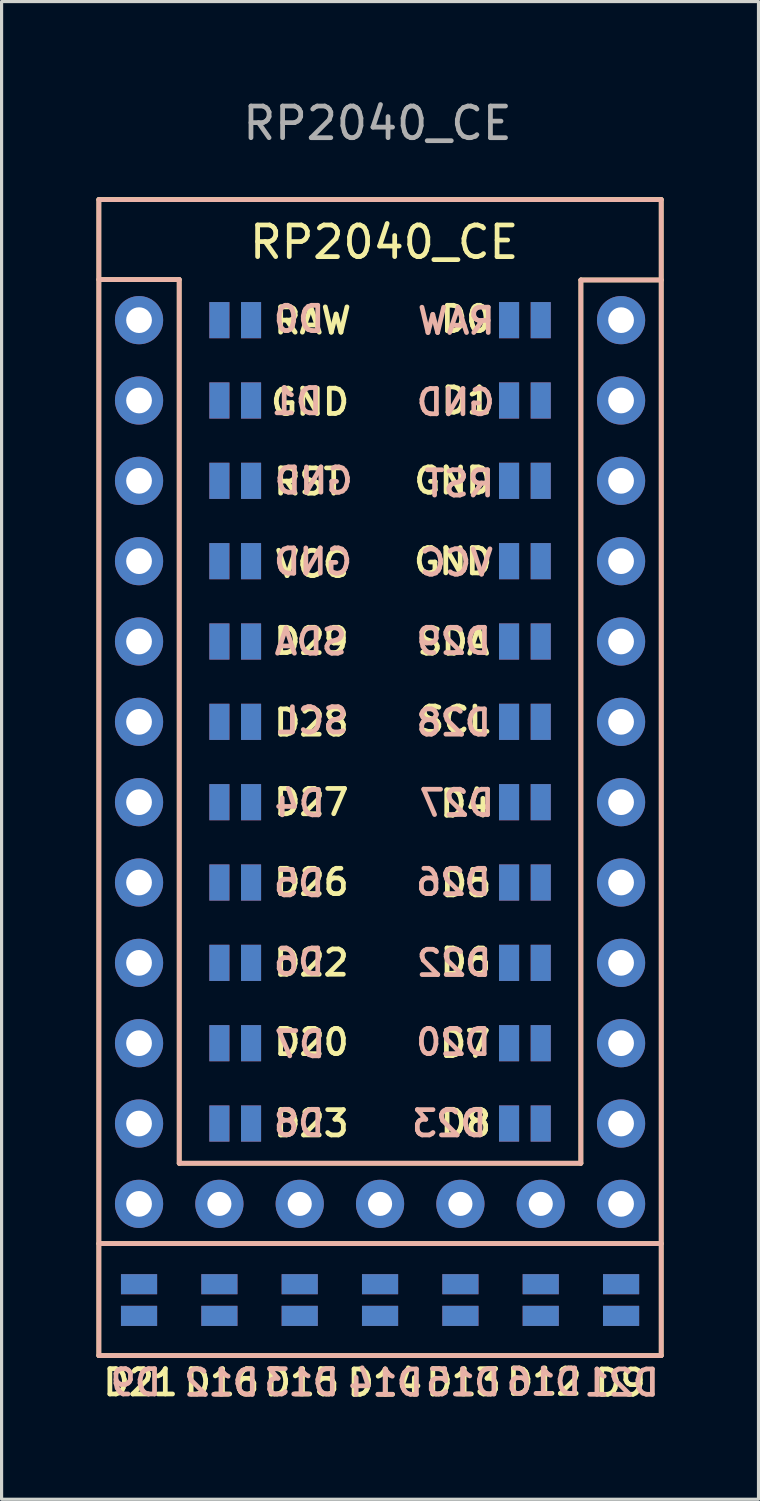
<source format=kicad_pcb>
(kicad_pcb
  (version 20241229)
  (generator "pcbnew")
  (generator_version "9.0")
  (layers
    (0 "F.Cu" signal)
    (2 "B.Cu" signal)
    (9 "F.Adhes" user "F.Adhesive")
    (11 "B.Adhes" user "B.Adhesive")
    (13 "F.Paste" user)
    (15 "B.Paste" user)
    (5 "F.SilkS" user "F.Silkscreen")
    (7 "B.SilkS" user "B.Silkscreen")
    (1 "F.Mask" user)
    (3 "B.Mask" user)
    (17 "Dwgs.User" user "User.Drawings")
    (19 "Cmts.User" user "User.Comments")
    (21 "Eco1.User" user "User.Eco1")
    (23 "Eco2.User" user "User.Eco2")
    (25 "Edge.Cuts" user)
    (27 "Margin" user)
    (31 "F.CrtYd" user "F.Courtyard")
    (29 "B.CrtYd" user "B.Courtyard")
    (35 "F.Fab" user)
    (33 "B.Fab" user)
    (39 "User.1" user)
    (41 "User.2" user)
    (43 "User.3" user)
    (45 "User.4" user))
  (footprint "RP2040_CE"
    (layer "F.Cu")
    (at 8.985 20.738)
    (property "Reference" "RP2040_CE" (at 0.11 -16.13 0) (unlocked yes) (layer "F.SilkS") (effects (font (size 1 1) (thickness 0.15))))
    (attr through_hole)
    (fp_line (start -8.91 -17.48) (end -8.91 19.07) (stroke (width 0.15) (type solid)) (layer "F.SilkS"))
    (fp_line (start -8.91 15.53) (end 8.87 15.53) (stroke (width 0.15) (type solid)) (layer "F.SilkS"))
    (fp_line (start -8.91 19.07) (end 8.87 19.07) (stroke (width 0.15) (type default)) (layer "F.SilkS"))
    (fp_line (start -6.37 -14.95) (end -8.91 -14.95) (stroke (width 0.15) (type solid)) (layer "F.SilkS"))
    (fp_line (start -6.37 -14.95) (end -6.369 12.99) (stroke (width 0.15) (type solid)) (layer "F.SilkS"))
    (fp_line (start 6.33 12.99) (end -6.369 12.99) (stroke (width 0.15) (type default)) (layer "F.SilkS"))
    (fp_line (start 6.331 -14.936) (end 6.33 12.99) (stroke (width 0.15) (type solid)) (layer "F.SilkS"))
    (fp_line (start 8.87 19.07) (end 8.87 -17.48) (stroke (width 0.15) (type solid)) (layer "F.SilkS"))
    (fp_line (start 8.87 -17.48) (end -8.91 -17.48) (stroke (width 0.15) (type solid)) (layer "F.SilkS"))
    (fp_line (start 8.871 -14.936) (end 6.331 -14.936) (stroke (width 0.15) (type solid)) (layer "F.SilkS"))
    (fp_line (start -8.91 -14.95) (end -6.37 -14.95) (stroke (width 0.15) (type solid)) (layer "B.SilkS"))
    (fp_line (start -8.909 -17.476) (end 8.87 -17.476) (stroke (width 0.15) (type solid)) (layer "B.SilkS"))
    (fp_line (start -8.909 19.07) (end -8.909 -17.476) (stroke (width 0.15) (type solid)) (layer "B.SilkS"))
    (fp_line (start -6.369 -14.95) (end -6.369 12.99) (stroke (width 0.15) (type solid)) (layer "B.SilkS"))
    (fp_line (start 6.33 12.99) (end -6.369 12.99) (stroke (width 0.15) (type default)) (layer "B.SilkS"))
    (fp_line (start 6.33 12.99) (end 6.33 -14.936) (stroke (width 0.15) (type solid)) (layer "B.SilkS"))
    (fp_line (start 6.331 -14.936) (end 8.871 -14.936) (stroke (width 0.15) (type solid)) (layer "B.SilkS"))
    (fp_line (start 8.87 15.53) (end -8.909 15.53) (stroke (width 0.15) (type default)) (layer "B.SilkS"))
    (fp_line (start 8.87 19.07) (end -8.909 19.07) (stroke (width 0.15) (type default)) (layer "B.SilkS"))
    (fp_line (start 8.87 -17.476) (end 8.87 19.07) (stroke (width 0.15) (type solid)) (layer "B.SilkS"))
    (fp_text user "D16" (at -6.28 20.39 0) (unlocked yes) (layer "F.SilkS") (effects (font (size 0.8 0.8) (thickness 0.15) (bold yes)) (justify left bottom)))
    (fp_text user "D7" (at 1.79 9.69 0) (unlocked yes) (layer "F.SilkS") (effects (font (size 0.8 0.8) (thickness 0.15) (bold yes)) (justify left bottom)))
    (fp_text user "D26" (at -3.45 4.57 0) (unlocked yes) (layer "F.SilkS") (effects (font (size 0.8 0.8) (thickness 0.15) (bold yes)) (justify left bottom)))
    (fp_text user "D14" (at -1.13 20.4 0) (unlocked yes) (layer "F.SilkS") (effects (font (size 0.8 0.8) (thickness 0.15) (bold yes)) (justify left bottom)))
    (fp_text user "D8" (at 1.81 12.19 0) (unlocked yes) (layer "F.SilkS") (effects (font (size 0.8 0.8) (thickness 0.15) (bold yes)) (justify left bottom)))
    (fp_text user "D29" (at -3.45 -3.05 0) (unlocked yes) (layer "F.SilkS") (effects (font (size 0.8 0.8) (thickness 0.15) (bold yes)) (justify left bottom)))
    (fp_text user "D4" (at 1.8 2.09 0) (unlocked yes) (layer "F.SilkS") (effects (font (size 0.8 0.8) (thickness 0.15) (bold yes)) (justify left bottom)))
    (fp_text user "D20" (at -3.45 9.63 0) (unlocked yes) (layer "F.SilkS") (effects (font (size 0.8 0.8) (thickness 0.15) (bold yes)) (justify left bottom)))
    (fp_text user "GND" (at 0.98 -8.12 0) (unlocked yes) (layer "F.SilkS") (effects (font (size 0.8 0.8) (thickness 0.15) (bold yes)) (justify left bottom)))
    (fp_text user "D15" (at -3.75 20.39 0) (unlocked yes) (layer "F.SilkS") (effects (font (size 0.8 0.8) (thickness 0.15) (bold yes)) (justify left bottom)))
    (fp_text user "GND" (at -3.55 -10.61 0) (unlocked yes) (layer "F.SilkS") (effects (font (size 0.8 0.8) (thickness 0.15) (bold yes)) (justify left bottom)))
    (fp_text user "D9" (at 6.7 20.4 0) (unlocked yes) (layer "F.SilkS") (effects (font (size 0.8 0.8) (thickness 0.15) (bold yes)) (justify left bottom)))
    (fp_text user "D1" (at 1.84 -10.65 0) (unlocked yes) (layer "F.SilkS") (effects (font (size 0.8 0.8) (thickness 0.15) (bold yes)) (justify left bottom)))
    (fp_text user "D5" (at 1.82 4.61 0) (unlocked yes) (layer "F.SilkS") (effects (font (size 0.8 0.8) (thickness 0.15) (bold yes)) (justify left bottom)))
    (fp_text user "D27" (at -3.45 2.045 0) (unlocked yes) (layer "F.SilkS") (effects (font (size 0.8 0.8) (thickness 0.15) (bold yes)) (justify left bottom)))
    (fp_text user "SCL" (at 1.13 -0.56 0) (unlocked yes) (layer "F.SilkS") (effects (font (size 0.8 0.8) (thickness 0.15) (bold yes)) (justify left bottom)))
    (fp_text user "GND" (at 0.97 -5.57 0) (unlocked yes) (layer "F.SilkS") (effects (font (size 0.8 0.8) (thickness 0.15) (bold yes)) (justify left bottom)))
    (fp_text user "D0" (at 1.82 -13.23 0) (unlocked yes) (layer "F.SilkS") (effects (font (size 0.8 0.8) (thickness 0.15) (bold yes)) (justify left bottom)))
    (fp_text user "RST" (at -3.45 -8.09 0) (unlocked yes) (layer "F.SilkS") (effects (font (size 0.8 0.8) (thickness 0.15) (bold yes)) (justify left bottom)))
    (fp_text user "SDA" (at 1.08 -3.03 0) (unlocked yes) (layer "F.SilkS") (effects (font (size 0.8 0.8) (thickness 0.15) (bold yes)) (justify left bottom)))
    (fp_text user "D21" (at -8.85 20.39 0) (unlocked yes) (layer "F.SilkS") (effects (font (size 0.8 0.8) (thickness 0.15) (bold yes)) (justify left bottom)))
    (fp_text user "D28" (at -3.45 -0.47 0) (unlocked yes) (layer "F.SilkS") (effects (font (size 0.8 0.8) (thickness 0.15) (bold yes)) (justify left bottom)))
    (fp_text user "D23" (at -3.45 12.2 0) (unlocked yes) (layer "F.SilkS") (effects (font (size 0.8 0.8) (thickness 0.15) (bold yes)) (justify left bottom)))
    (fp_text user "D6" (at 1.81 7.09 0) (unlocked yes) (layer "F.SilkS") (effects (font (size 0.8 0.8) (thickness 0.15) (bold yes)) (justify left bottom)))
    (fp_text user "VCC" (at -3.4 -5.485 0) (unlocked yes) (layer "F.SilkS") (effects (font (size 0.8 0.8) (thickness 0.15) (bold yes)) (justify left bottom)))
    (fp_text user "D12" (at 3.91 20.37 0) (unlocked yes) (layer "F.SilkS") (effects (font (size 0.8 0.8) (thickness 0.15) (bold yes)) (justify left bottom)))
    (fp_text user "D22" (at -3.45 7.12 0) (unlocked yes) (layer "F.SilkS") (effects (font (size 0.8 0.8) (thickness 0.15) (bold yes)) (justify left bottom)))
    (fp_text user "RAW" (at -3.45 -13.18 0) (unlocked yes) (layer "F.SilkS") (effects (font (size 0.8 0.8) (thickness 0.15) (bold yes)) (justify left bottom)))
    (fp_text user "D13" (at 1.36 20.39 0) (unlocked yes) (layer "F.SilkS") (effects (font (size 0.8 0.8) (thickness 0.15) (bold yes)) (justify left bottom)))
    (fp_text user "D7" (at -1.67 9.7 0) (unlocked yes) (layer "B.SilkS") (effects (font (size 0.8 0.8) (thickness 0.15) (bold yes)) (justify left bottom mirror)))
    (fp_text user "D1" (at -1.77 -10.63 0) (unlocked yes) (layer "B.SilkS") (effects (font (size 0.8 0.8) (thickness 0.15) (bold yes)) (justify left bottom mirror)))
    (fp_text user "D27" (at 3.67 2.07 0) (unlocked yes) (layer "B.SilkS") (effects (font (size 0.8 0.8) (thickness 0.15) (bold yes)) (justify left bottom mirror)))
    (fp_text user "GND" (at -0.82 -5.56 0) (unlocked yes) (layer "B.SilkS") (effects (font (size 0.8 0.8) (thickness 0.15) (bold yes)) (justify left bottom mirror)))
    (fp_text user "VCC" (at 3.63 -5.53 0) (unlocked yes) (layer "B.SilkS") (effects (font (size 0.8 0.8) (thickness 0.15) (bold yes)) (justify left bottom mirror)))
    (fp_text user "D16" (at 6.42 20.37 180) (layer "B.SilkS") (effects (font (size 0.8 0.8) (thickness 0.15) (bold yes)) (justify left bottom mirror)))
    (fp_text user "D5" (at -1.7 4.61 0) (unlocked yes) (layer "B.SilkS") (effects (font (size 0.8 0.8) (thickness 0.15) (bold yes)) (justify left bottom mirror)))
    (fp_text user "D13" (at -1.24 20.39 180) (layer "B.SilkS") (effects (font (size 0.8 0.8) (thickness 0.15) (bold yes)) (justify left bottom mirror)))
    (fp_text user "GND" (at 3.69 -10.6 0) (unlocked yes) (layer "B.SilkS") (effects (font (size 0.8 0.8) (thickness 0.15) (bold yes)) (justify left bottom mirror)))
    (fp_text user "D21" (at 8.88 20.4 180) (layer "B.SilkS") (effects (font (size 0.8 0.8) (thickness 0.15) (bold yes)) (justify left bottom mirror)))
    (fp_text user "GND" (at -0.8 -8.12 0) (unlocked yes) (layer "B.SilkS") (effects (font (size 0.8 0.8) (thickness 0.15) (bold yes)) (justify left bottom mirror)))
    (fp_text user "D26" (at 3.56 4.57 0) (unlocked yes) (layer "B.SilkS") (effects (font (size 0.8 0.8) (thickness 0.15) (bold yes)) (justify left bottom mirror)))
    (fp_text user "D20" (at 3.56 9.63 0) (unlocked yes) (layer "B.SilkS") (effects (font (size 0.8 0.8) (thickness 0.15) (bold yes)) (justify left bottom mirror)))
    (fp_text user "RAW" (at 3.69 -13.17 0) (unlocked yes) (layer "B.SilkS") (effects (font (size 0.8 0.8) (thickness 0.15) (bold yes)) (justify left bottom mirror)))
    (fp_text user "D29" (at 3.57 -3.05 0) (unlocked yes) (layer "B.SilkS") (effects (font (size 0.8 0.8) (thickness 0.15) (bold yes)) (justify left bottom mirror)))
    (fp_text user "SCL" (at -0.94 -0.54 0) (unlocked yes) (layer "B.SilkS") (effects (font (size 0.8 0.8) (thickness 0.15) (bold yes)) (justify left bottom mirror)))
    (fp_text user "D4" (at -1.68 2.08 0) (unlocked yes) (layer "B.SilkS") (effects (font (size 0.8 0.8) (thickness 0.15) (bold yes)) (justify left bottom mirror)))
    (fp_text user "D0" (at -1.7 -13.23 0) (unlocked yes) (layer "B.SilkS") (effects (font (size 0.8 0.8) (thickness 0.15) (bold yes)) (justify left bottom mirror)))
    (fp_text user "RST" (at 3.67 -8.03 0) (unlocked yes) (layer "B.SilkS") (effects (font (size 0.8 0.8) (thickness 0.15) (bold yes)) (justify left bottom mirror)))
    (fp_text user "D14" (at 1.42 20.4 180) (layer "B.SilkS") (effects (font (size 0.8 0.8) (thickness 0.15) (bold yes)) (justify left bottom mirror)))
    (fp_text user "D9" (at -6.86 20.39 180) (layer "B.SilkS") (effects (font (size 0.8 0.8) (thickness 0.15) (bold yes)) (justify left bottom mirror)))
    (fp_text user "D12" (at -3.77 20.4 180) (layer "B.SilkS") (effects (font (size 0.8 0.8) (thickness 0.15) (bold yes)) (justify left bottom mirror)))
    (fp_text user "D22" (at 3.58 7.13 0) (unlocked yes) (layer "B.SilkS") (effects (font (size 0.8 0.8) (thickness 0.15) (bold yes)) (justify left bottom mirror)))
    (fp_text user "D8" (at -1.7 12.19 0) (unlocked yes) (layer "B.SilkS") (effects (font (size 0.8 0.8) (thickness 0.15) (bold yes)) (justify left bottom mirror)))
    (fp_text user "D6" (at -1.7 7.09 0) (unlocked yes) (layer "B.SilkS") (effects (font (size 0.8 0.8) (thickness 0.15) (bold yes)) (justify left bottom mirror)))
    (fp_text user "SDA" (at -0.99 -3.03 0) (unlocked yes) (layer "B.SilkS") (effects (font (size 0.8 0.8) (thickness 0.15) (bold yes)) (justify left bottom mirror)))
    (fp_text user "D23" (at 3.43 12.2 0) (unlocked yes) (layer "B.SilkS") (effects (font (size 0.8 0.8) (thickness 0.15) (bold yes)) (justify left bottom mirror)))
    (fp_text user "D15" (at 3.87 20.39 180) (layer "B.SilkS") (effects (font (size 0.8 0.8) (thickness 0.15) (bold yes)) (justify left bottom mirror)))
    (fp_text user "D28" (at 3.57 -0.47 0) (unlocked yes) (layer "B.SilkS") (effects (font (size 0.8 0.8) (thickness 0.15) (bold yes)) (justify left bottom mirror)))
    (fp_text user "${REFERENCE}" (at -0.1 -19.89 0) (unlocked yes) (layer "F.Fab") (effects (font (size 1 1) (thickness 0.15))))
    (pad " 31" smd rect (at 5.061 -11.126 180) (size 0.635 1.143) (layers "F.Cu" "F.Mask" "F.Paste"))
    (pad "1" smd rect (at -4.098 -13.666) (size 0.635 1.143) (layers "B.Cu" "B.Mask" "B.Paste"))
    (pad "1" smd rect (at 4.06 -13.665) (size 0.635 1.143) (layers "F.Cu" "F.Mask" "F.Paste"))
    (pad "2" smd rect (at -4.098 -11.126) (size 0.635 1.143) (layers "B.Cu" "B.Mask" "B.Paste"))
    (pad "2" smd rect (at 4.06 -11.126 180) (size 0.635 1.143) (layers "F.Cu" "F.Mask" "F.Paste"))
    (pad "3" smd rect (at -4.098 -8.586) (size 0.635 1.143) (layers "B.Cu" "B.Mask" "B.Paste"))
    (pad "3" smd rect (at 4.06 -8.586 180) (size 0.635 1.143) (layers "F.Cu" "F.Mask" "F.Paste"))
    (pad "4" smd rect (at -4.099 -6.046) (size 0.635 1.143) (layers "B.Cu" "B.Mask" "B.Paste"))
    (pad "4" smd rect (at 4.06 -6.046 180) (size 0.635 1.143) (layers "F.Cu" "F.Mask" "F.Paste"))
    (pad "5" smd rect (at -4.098 -3.506) (size 0.635 1.143) (layers "B.Cu" "B.Mask" "B.Paste"))
    (pad "5" smd rect (at 4.06 -3.505) (size 0.635 1.143) (layers "F.Cu" "F.Mask" "F.Paste"))
    (pad "6" smd rect (at -4.098 -0.966) (size 0.635 1.143) (layers "B.Cu" "B.Mask" "B.Paste"))
    (pad "6" smd rect (at 4.06 -0.966 180) (size 0.635 1.143) (layers "F.Cu" "F.Mask" "F.Paste"))
    (pad "7" smd rect (at -4.098 1.574) (size 0.635 1.143) (layers "B.Cu" "B.Mask" "B.Paste"))
    (pad "7" smd rect (at 4.06 1.575) (size 0.635 1.143) (layers "F.Cu" "F.Mask" "F.Paste"))
    (pad "8" smd rect (at -4.098 4.114) (size 0.635 1.143) (layers "B.Cu" "B.Mask" "B.Paste"))
    (pad "8" smd rect (at 4.06 4.114 180) (size 0.635 1.143) (layers "F.Cu" "F.Mask" "F.Paste"))
    (pad "9" smd rect (at -4.098 6.654) (size 0.635 1.143) (layers "B.Cu" "B.Mask" "B.Paste"))
    (pad "9" smd rect (at 4.06 6.654 180) (size 0.635 1.143) (layers "F.Cu" "F.Mask" "F.Paste"))
    (pad "10" smd rect (at -4.098 9.194) (size 0.635 1.143) (layers "B.Cu" "B.Mask" "B.Paste"))
    (pad "10" smd rect (at 4.06 9.194 180) (size 0.635 1.143) (layers "F.Cu" "F.Mask" "F.Paste"))
    (pad "11" smd rect (at -4.098 11.734) (size 0.635 1.143) (layers "B.Cu" "B.Mask" "B.Paste"))
    (pad "11" smd rect (at 4.06 11.734 180) (size 0.635 1.143) (layers "F.Cu" "F.Mask" "F.Paste"))
    (pad "12" smd rect (at -7.639 17.815 270) (size 0.635 1.143) (layers "B.Cu" "B.Mask" "B.Paste"))
    (pad "12" smd rect (at 7.601 17.815 270) (size 0.635 1.143) (layers "F.Cu" "F.Mask" "F.Paste"))
    (pad "13" smd rect (at -7.639 17.815 270) (size 0.635 1.143) (layers "F.Cu" "F.Mask" "F.Paste"))
    (pad "13" smd rect (at 7.601 17.815 270) (size 0.635 1.143) (layers "B.Cu" "B.Mask" "B.Paste"))
    (pad "14" smd rect (at -4.098 11.734) (size 0.635 1.143) (layers "F.Cu" "F.Mask" "F.Paste"))
    (pad "14" smd rect (at 4.06 11.734 180) (size 0.635 1.143) (layers "B.Cu" "B.Mask" "B.Paste"))
    (pad "15" smd rect (at -4.098 9.194) (size 0.635 1.143) (layers "F.Cu" "F.Mask" "F.Paste"))
    (pad "15" smd rect (at 4.06 9.194 180) (size 0.635 1.143) (layers "B.Cu" "B.Mask" "B.Paste"))
    (pad "16" smd rect (at -4.098 6.654) (size 0.635 1.143) (layers "F.Cu" "F.Mask" "F.Paste"))
    (pad "16" smd rect (at 4.06 6.654 180) (size 0.635 1.143) (layers "B.Cu" "B.Mask" "B.Paste"))
    (pad "17" smd rect (at -4.098 4.114) (size 0.635 1.143) (layers "F.Cu" "F.Mask" "F.Paste"))
    (pad "17" smd rect (at 4.062 4.114 180) (size 0.635 1.143) (layers "B.Cu" "B.Mask" "B.Paste"))
    (pad "18" smd rect (at -4.098 1.575 180) (size 0.635 1.143) (layers "F.Cu" "F.Mask" "F.Paste"))
    (pad "18" smd rect (at 4.06 1.574 180) (size 0.635 1.143) (layers "B.Cu" "B.Mask" "B.Paste"))
    (pad "19" smd rect (at -4.098 -0.966) (size 0.635 1.143) (layers "F.Cu" "F.Mask" "F.Paste"))
    (pad "19" smd rect (at 4.06 -0.966 180) (size 0.635 1.143) (layers "B.Cu" "B.Mask" "B.Paste"))
    (pad "20" smd rect (at -4.098 -3.505 180) (size 0.635 1.143) (layers "F.Cu" "F.Mask" "F.Paste"))
    (pad "20" smd rect (at 4.06 -3.506 180) (size 0.635 1.143) (layers "B.Cu" "B.Mask" "B.Paste"))
    (pad "21" smd rect (at -4.098 -6.046) (size 0.635 1.143) (layers "F.Cu" "F.Mask" "F.Paste"))
    (pad "21" smd rect (at 4.06 -6.046 180) (size 0.635 1.143) (layers "B.Cu" "B.Mask" "B.Paste"))
    (pad "22" smd rect (at -4.098 -8.586) (size 0.635 1.143) (layers "F.Cu" "F.Mask" "F.Paste"))
    (pad "22" smd rect (at 4.06 -8.586 180) (size 0.635 1.143) (layers "B.Cu" "B.Mask" "B.Paste"))
    (pad "23" smd rect (at -4.098 -11.126) (size 0.635 1.143) (layers "F.Cu" "F.Mask" "F.Paste"))
    (pad "23" smd rect (at 4.06 -11.126 180) (size 0.635 1.143) (layers "B.Cu" "B.Mask" "B.Paste"))
    (pad "24" smd rect (at -4.098 -13.665 180) (size 0.635 1.143) (layers "F.Cu" "F.Mask" "F.Paste"))
    (pad "24" smd rect (at 4.06 -13.666 180) (size 0.635 1.143) (layers "B.Cu" "B.Mask" "B.Paste"))
    (pad "25" smd rect (at -5.099 17.815 270) (size 0.635 1.143) (layers "B.Cu" "B.Mask" "B.Paste"))
    (pad "25" smd rect (at 5.061 17.815 270) (size 0.635 1.143) (layers "F.Cu" "F.Mask" "F.Paste"))
    (pad "26" smd rect (at -2.559 17.815 270) (size 0.635 1.143) (layers "B.Cu" "B.Mask" "B.Paste"))
    (pad "26" smd rect (at 2.521 17.815 270) (size 0.635 1.143) (layers "F.Cu" "F.Mask" "F.Paste"))
    (pad "27" smd rect (at -0.019 17.815 270) (size 0.635 1.143) (layers "F.Cu" "F.Mask" "F.Paste"))
    (pad "27" smd rect (at -0.019 17.815 270) (size 0.635 1.143) (layers "B.Cu" "B.Mask" "B.Paste"))
    (pad "28" smd rect (at -2.559 17.815 270) (size 0.635 1.143) (layers "F.Cu" "F.Mask" "F.Paste"))
    (pad "28" smd rect (at 2.521 17.815 270) (size 0.635 1.143) (layers "B.Cu" "B.Mask" "B.Paste"))
    (pad "29" smd rect (at -5.099 17.815 270) (size 0.635 1.143) (layers "F.Cu" "F.Mask" "F.Paste"))
    (pad "29" smd rect (at 5.061 17.815 270) (size 0.635 1.143) (layers "B.Cu" "B.Mask" "B.Paste"))
    (pad "30" smd rect (at 5.061 -13.666 180) (size 0.635 1.143) (layers "F.Cu" "F.Mask" "F.Paste"))
    (pad "30" smd rect (at 5.061 -13.666 180) (size 0.635 1.143) (layers "B.Cu" "B.Mask" "B.Paste"))
    (pad "30" thru_hole circle (at 7.601 -13.666) (size 1.524 1.524) (drill 0.813) (layers "*.Cu" "*.Mask"))
    (pad "31" smd rect (at 5.061 -11.126 180) (size 0.635 1.143) (layers "B.Cu" "B.Mask" "B.Paste"))
    (pad "31" thru_hole circle (at 7.601 -11.126) (size 1.524 1.524) (drill 0.813) (layers "*.Cu" "*.Mask"))
    (pad "32" smd rect (at 5.061 -8.586 180) (size 0.635 1.143) (layers "F.Cu" "F.Mask" "F.Paste"))
    (pad "32" smd rect (at 5.061 -8.586 180) (size 0.635 1.143) (layers "B.Cu" "B.Mask" "B.Paste"))
    (pad "32" thru_hole circle (at 7.601 -8.586) (size 1.524 1.524) (drill 0.813) (layers "*.Cu" "*.Mask"))
    (pad "33" smd rect (at 5.061 -6.046 180) (size 0.635 1.143) (layers "F.Cu" "F.Mask" "F.Paste"))
    (pad "33" smd rect (at 5.061 -6.046 180) (size 0.635 1.143) (layers "B.Cu" "B.Mask" "B.Paste"))
    (pad "33" thru_hole circle (at 7.601 -6.046) (size 1.524 1.524) (drill 0.813) (layers "*.Cu" "*.Mask"))
    (pad "34" smd rect (at 5.061 -3.506 180) (size 0.635 1.143) (layers "F.Cu" "F.Mask" "F.Paste"))
    (pad "34" smd rect (at 5.061 -3.506 180) (size 0.635 1.143) (layers "B.Cu" "B.Mask" "B.Paste"))
    (pad "34" thru_hole circle (at 7.601 -3.506) (size 1.524 1.524) (drill 0.813) (layers "*.Cu" "*.Mask"))
    (pad "35" smd rect (at 5.061 -0.966 180) (size 0.635 1.143) (layers "F.Cu" "F.Mask" "F.Paste"))
    (pad "35" smd rect (at 5.061 -0.966 180) (size 0.635 1.143) (layers "B.Cu" "B.Mask" "B.Paste"))
    (pad "35" thru_hole circle (at 7.601 -0.966) (size 1.524 1.524) (drill 0.813) (layers "*.Cu" "*.Mask"))
    (pad "36" smd rect (at 5.061 1.574 180) (size 0.635 1.143) (layers "F.Cu" "F.Mask" "F.Paste"))
    (pad "36" smd rect (at 5.061 1.574 180) (size 0.635 1.143) (layers "B.Cu" "B.Mask" "B.Paste"))
    (pad "36" thru_hole circle (at 7.601 1.574) (size 1.524 1.524) (drill 0.813) (layers "*.Cu" "*.Mask"))
    (pad "37" smd rect (at 5.061 4.114 180) (size 0.635 1.143) (layers "F.Cu" "F.Mask" "F.Paste"))
    (pad "37" smd rect (at 5.062 4.114 180) (size 0.635 1.143) (layers "B.Cu" "B.Mask" "B.Paste"))
    (pad "37" thru_hole circle (at 7.601 4.114) (size 1.524 1.524) (drill 0.813) (layers "*.Cu" "*.Mask"))
    (pad "38" smd rect (at 5.061 6.654 180) (size 0.635 1.143) (layers "F.Cu" "F.Mask" "F.Paste"))
    (pad "38" smd rect (at 5.061 6.654 180) (size 0.635 1.143) (layers "B.Cu" "B.Mask" "B.Paste"))
    (pad "38" thru_hole circle (at 7.601 6.654) (size 1.524 1.524) (drill 0.813) (layers "*.Cu" "*.Mask"))
    (pad "39" smd rect (at 5.061 9.194 180) (size 0.635 1.143) (layers "F.Cu" "F.Mask" "F.Paste"))
    (pad "39" smd rect (at 5.061 9.194 180) (size 0.635 1.143) (layers "B.Cu" "B.Mask" "B.Paste"))
    (pad "39" thru_hole circle (at 7.601 9.194) (size 1.524 1.524) (drill 0.813) (layers "*.Cu" "*.Mask"))
    (pad "40" smd rect (at 5.061 11.734 180) (size 0.635 1.143) (layers "F.Cu" "F.Mask" "F.Paste"))
    (pad "40" smd rect (at 5.061 11.734 180) (size 0.635 1.143) (layers "B.Cu" "B.Mask" "B.Paste"))
    (pad "40" thru_hole circle (at 7.601 11.734) (size 1.524 1.524) (drill 0.813) (layers "*.Cu" "*.Mask"))
    (pad "41" thru_hole circle (at 7.601 14.274) (size 1.524 1.524) (drill 0.813) (layers "*.Cu" "*.Mask"))
    (pad "41" smd rect (at 7.601 16.814 270) (size 0.635 1.143) (layers "F.Cu" "F.Mask" "F.Paste"))
    (pad "41" smd rect (at 7.601 16.814 270) (size 0.635 1.143) (layers "B.Cu" "B.Mask" "B.Paste"))
    (pad "42" thru_hole circle (at 5.061 14.274) (size 1.524 1.524) (drill 0.762) (layers "*.Cu" "*.Mask"))
    (pad "42" smd rect (at 5.061 16.814 270) (size 0.635 1.143) (layers "F.Cu" "F.Mask" "F.Paste"))
    (pad "42" smd rect (at 5.061 16.814 270) (size 0.635 1.143) (layers "B.Cu" "B.Mask" "B.Paste"))
    (pad "43" thru_hole circle (at 2.521 14.274) (size 1.524 1.524) (drill 0.762) (layers "*.Cu" "*.Mask"))
    (pad "43" smd rect (at 2.521 16.814 270) (size 0.635 1.143) (layers "F.Cu" "F.Mask" "F.Paste"))
    (pad "43" smd rect (at 2.521 16.814 270) (size 0.635 1.143) (layers "B.Cu" "B.Mask" "B.Paste"))
    (pad "44" thru_hole circle (at -0.019 14.274) (size 1.524 1.524) (drill 0.762) (layers "*.Cu" "*.Mask"))
    (pad "44" smd rect (at -0.019 16.814 270) (size 0.635 1.143) (layers "F.Cu" "F.Mask" "F.Paste"))
    (pad "44" smd rect (at -0.019 16.814 270) (size 0.635 1.143) (layers "B.Cu" "B.Mask" "B.Paste"))
    (pad "45" thru_hole circle (at -2.559 14.274) (size 1.524 1.524) (drill 0.762) (layers "*.Cu" "*.Mask"))
    (pad "45" smd rect (at -2.559 16.814 270) (size 0.635 1.143) (layers "F.Cu" "F.Mask" "F.Paste"))
    (pad "45" smd rect (at -2.559 16.814 270) (size 0.635 1.143) (layers "B.Cu" "B.Mask" "B.Paste"))
    (pad "46" thru_hole circle (at -5.099 14.274) (size 1.524 1.524) (drill 0.762) (layers "*.Cu" "*.Mask"))
    (pad "46" smd rect (at -5.099 16.814 270) (size 0.635 1.143) (layers "F.Cu" "F.Mask" "F.Paste"))
    (pad "46" smd rect (at -5.099 16.814 270) (size 0.635 1.143) (layers "B.Cu" "B.Mask" "B.Paste"))
    (pad "47" thru_hole circle (at -7.639 14.274) (size 1.524 1.524) (drill 0.813) (layers "*.Cu" "*.Mask"))
    (pad "47" smd rect (at -7.639 16.814 270) (size 0.635 1.143) (layers "F.Cu" "F.Mask" "F.Paste"))
    (pad "47" smd rect (at -7.639 16.814 270) (size 0.635 1.143) (layers "B.Cu" "B.Mask" "B.Paste"))
    (pad "48" thru_hole circle (at -7.639 11.734) (size 1.524 1.524) (drill 0.813) (layers "*.Cu" "*.Mask"))
    (pad "48" smd rect (at -5.099 11.734) (size 0.635 1.143) (layers "F.Cu" "F.Mask" "F.Paste"))
    (pad "48" smd rect (at -5.099 11.734) (size 0.635 1.143) (layers "B.Cu" "B.Mask" "B.Paste"))
    (pad "49" thru_hole circle (at -7.639 9.194) (size 1.524 1.524) (drill 0.813) (layers "*.Cu" "*.Mask"))
    (pad "49" smd rect (at -5.099 9.194) (size 0.635 1.143) (layers "F.Cu" "F.Mask" "F.Paste"))
    (pad "49" smd rect (at -5.099 9.194) (size 0.635 1.143) (layers "B.Cu" "B.Mask" "B.Paste"))
    (pad "50" thru_hole circle (at -7.639 6.654) (size 1.524 1.524) (drill 0.813) (layers "*.Cu" "*.Mask"))
    (pad "50" smd rect (at -5.099 6.654) (size 0.635 1.143) (layers "F.Cu" "F.Mask" "F.Paste"))
    (pad "50" smd rect (at -5.099 6.654) (size 0.635 1.143) (layers "B.Cu" "B.Mask" "B.Paste"))
    (pad "51" thru_hole circle (at -7.639 4.114) (size 1.524 1.524) (drill 0.813) (layers "*.Cu" "*.Mask"))
    (pad "51" smd rect (at -5.099 4.114) (size 0.635 1.143) (layers "F.Cu" "F.Mask" "F.Paste"))
    (pad "51" smd rect (at -5.099 4.114) (size 0.635 1.143) (layers "B.Cu" "B.Mask" "B.Paste"))
    (pad "52" thru_hole circle (at -7.639 1.574) (size 1.524 1.524) (drill 0.813) (layers "*.Cu" "*.Mask"))
    (pad "52" smd rect (at -5.099 1.574) (size 0.635 1.143) (layers "F.Cu" "F.Mask" "F.Paste"))
    (pad "52" smd rect (at -5.099 1.574) (size 0.635 1.143) (layers "B.Cu" "B.Mask" "B.Paste"))
    (pad "53" thru_hole circle (at -7.639 -0.966) (size 1.524 1.524) (drill 0.813) (layers "*.Cu" "*.Mask"))
    (pad "53" smd rect (at -5.099 -0.966) (size 0.635 1.143) (layers "F.Cu" "F.Mask" "F.Paste"))
    (pad "53" smd rect (at -5.099 -0.966) (size 0.635 1.143) (layers "B.Cu" "B.Mask" "B.Paste"))
    (pad "54" thru_hole circle (at -7.639 -3.506) (size 1.524 1.524) (drill 0.813) (layers "*.Cu" "*.Mask"))
    (pad "54" smd rect (at -5.099 -3.506) (size 0.635 1.143) (layers "F.Cu" "F.Mask" "F.Paste"))
    (pad "54" smd rect (at -5.099 -3.506) (size 0.635 1.143) (layers "B.Cu" "B.Mask" "B.Paste"))
    (pad "55" thru_hole circle (at -7.639 -6.046) (size 1.524 1.524) (drill 0.813) (layers "*.Cu" "*.Mask"))
    (pad "55" smd rect (at -5.1 -6.046) (size 0.635 1.143) (layers "B.Cu" "B.Mask" "B.Paste"))
    (pad "55" smd rect (at -5.099 -6.046) (size 0.635 1.143) (layers "F.Cu" "F.Mask" "F.Paste"))
    (pad "56" thru_hole circle (at -7.639 -8.586) (size 1.524 1.524) (drill 0.813) (layers "*.Cu" "*.Mask"))
    (pad "56" smd rect (at -5.099 -8.586) (size 0.635 1.143) (layers "F.Cu" "F.Mask" "F.Paste"))
    (pad "56" smd rect (at -5.099 -8.586) (size 0.635 1.143) (layers "B.Cu" "B.Mask" "B.Paste"))
    (pad "57" thru_hole circle (at -7.639 -11.126) (size 1.524 1.524) (drill 0.813) (layers "*.Cu" "*.Mask"))
    (pad "57" smd rect (at -5.099 -11.126) (size 0.635 1.143) (layers "F.Cu" "F.Mask" "F.Paste"))
    (pad "57" smd rect (at -5.099 -11.126) (size 0.635 1.143) (layers "B.Cu" "B.Mask" "B.Paste"))
    (pad "58" thru_hole circle (at -7.639 -13.666) (size 1.524 1.524) (drill 0.813) (layers "*.Cu" "*.Mask"))
    (pad "58" smd rect (at -5.099 -13.666) (size 0.635 1.143) (layers "F.Cu" "F.Mask" "F.Paste"))
    (pad "58" smd rect (at -5.099 -13.666) (size 0.635 1.143) (layers "B.Cu" "B.Mask" "B.Paste")))
  (gr_rect
    (start -3 -3)
    (end 20.931 44.351)
    (stroke (width 0.1) (type default))
    (fill no)
    (layer "Edge.Cuts")))
</source>
